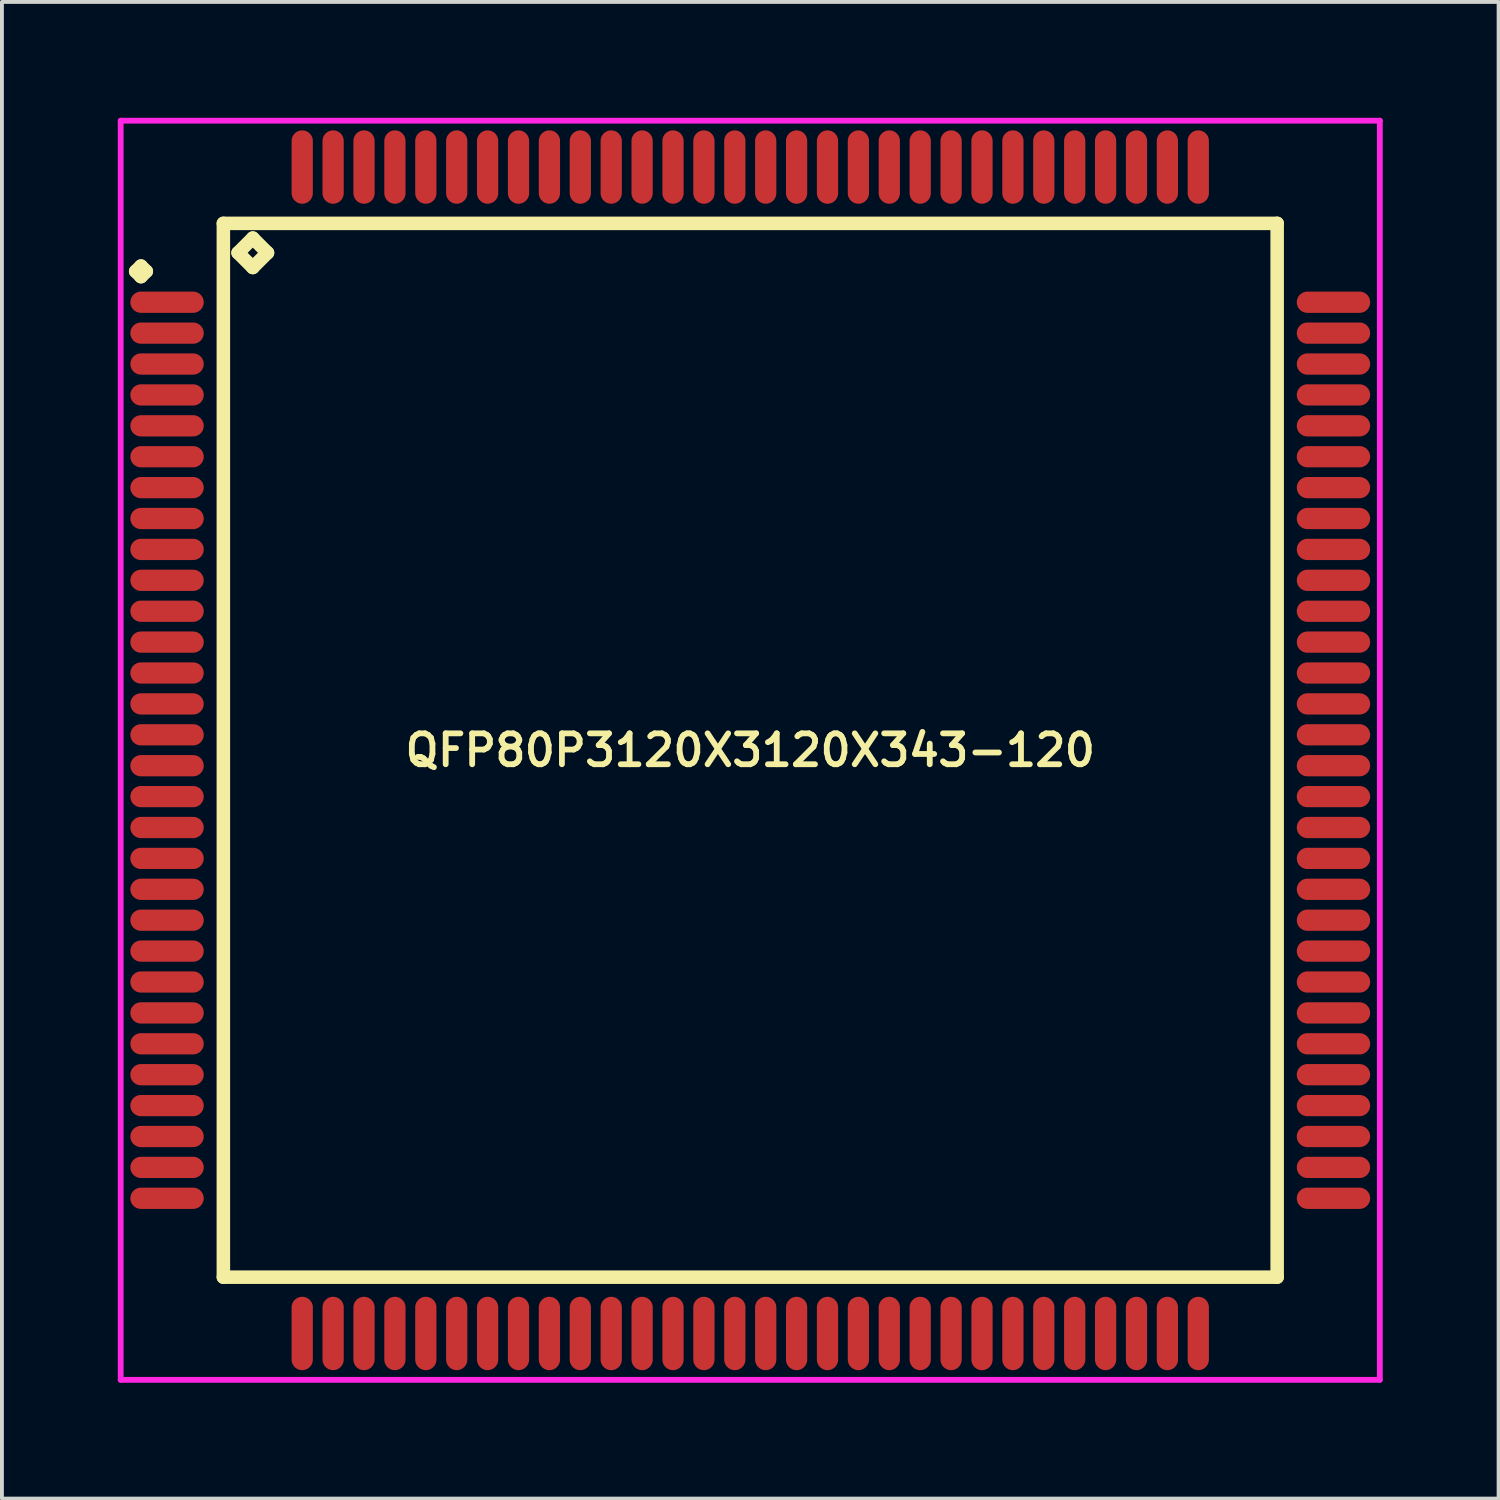
<source format=kicad_pcb>
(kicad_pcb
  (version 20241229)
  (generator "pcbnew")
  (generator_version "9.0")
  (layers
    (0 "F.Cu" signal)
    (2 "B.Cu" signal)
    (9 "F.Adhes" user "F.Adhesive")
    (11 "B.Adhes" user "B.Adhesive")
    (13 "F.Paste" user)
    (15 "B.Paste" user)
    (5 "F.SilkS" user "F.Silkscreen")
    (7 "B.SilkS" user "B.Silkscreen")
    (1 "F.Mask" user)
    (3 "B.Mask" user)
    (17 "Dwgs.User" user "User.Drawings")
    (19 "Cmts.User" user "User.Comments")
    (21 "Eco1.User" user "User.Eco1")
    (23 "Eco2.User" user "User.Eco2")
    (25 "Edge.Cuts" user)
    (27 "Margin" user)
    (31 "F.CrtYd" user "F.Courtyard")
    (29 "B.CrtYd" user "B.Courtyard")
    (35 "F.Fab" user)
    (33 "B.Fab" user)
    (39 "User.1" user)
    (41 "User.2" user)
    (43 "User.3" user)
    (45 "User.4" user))
  (footprint "QFP80P3120X3120X343-120"
    (layer "F.Cu")
    (at 16.375 16.375)
    (property "Reference" "QFP80P3120X3120X343-120" (at 0 0 0) (layer "F.SilkS") (effects (font (size 0.8 0.8) (thickness 0.15))))
    (attr through_hole)
    (fp_line (start -15.912 -12.4) (end -15.775 -12.537) (stroke (width 0.35) (type solid)) (layer "F.SilkS"))
    (fp_line (start -15.775 -12.537) (end -15.637 -12.4) (stroke (width 0.35) (type solid)) (layer "F.SilkS"))
    (fp_line (start -15.775 -12.262) (end -15.912 -12.4) (stroke (width 0.35) (type solid)) (layer "F.SilkS"))
    (fp_line (start -15.637 -12.4) (end -15.775 -12.262) (stroke (width 0.35) (type solid)) (layer "F.SilkS"))
    (fp_line (start -13.642 -13.642) (end -13.642 13.642) (stroke (width 0.35) (type solid)) (layer "F.SilkS"))
    (fp_line (start -13.642 13.642) (end 13.642 13.642) (stroke (width 0.35) (type solid)) (layer "F.SilkS"))
    (fp_line (start -13.261 -12.88) (end -12.88 -13.261) (stroke (width 0.35) (type solid)) (layer "F.SilkS"))
    (fp_line (start -12.88 -13.261) (end -12.499 -12.88) (stroke (width 0.35) (type solid)) (layer "F.SilkS"))
    (fp_line (start -12.88 -12.499) (end -13.261 -12.88) (stroke (width 0.35) (type solid)) (layer "F.SilkS"))
    (fp_line (start -12.499 -12.88) (end -12.88 -12.499) (stroke (width 0.35) (type solid)) (layer "F.SilkS"))
    (fp_line (start 13.642 -13.642) (end -13.642 -13.642) (stroke (width 0.35) (type solid)) (layer "F.SilkS"))
    (fp_line (start 13.642 13.642) (end 13.642 -13.642) (stroke (width 0.35) (type solid)) (layer "F.SilkS"))
    (fp_line (start -16.3 -16.3) (end 16.3 -16.3) (stroke (width 0.15) (type solid)) (layer "F.CrtYd"))
    (fp_line (start -16.3 16.3) (end -16.3 -16.3) (stroke (width 0.15) (type solid)) (layer "F.CrtYd"))
    (fp_line (start 16.3 -16.3) (end 16.3 16.3) (stroke (width 0.15) (type solid)) (layer "F.CrtYd"))
    (fp_line (start 16.3 16.3) (end -16.3 16.3) (stroke (width 0.15) (type solid)) (layer "F.CrtYd"))
    (pad "1" smd oval (at -15.1 -11.6) (size 1.9 0.55) (layers "F.Cu" "F.Mask" "F.Paste"))
    (pad "2" smd oval (at -15.1 -10.8) (size 1.9 0.55) (layers "F.Cu" "F.Mask" "F.Paste"))
    (pad "3" smd oval (at -15.1 -10) (size 1.9 0.55) (layers "F.Cu" "F.Mask" "F.Paste"))
    (pad "4" smd oval (at -15.1 -9.2) (size 1.9 0.55) (layers "F.Cu" "F.Mask" "F.Paste"))
    (pad "5" smd oval (at -15.1 -8.4) (size 1.9 0.55) (layers "F.Cu" "F.Mask" "F.Paste"))
    (pad "6" smd oval (at -15.1 -7.6) (size 1.9 0.55) (layers "F.Cu" "F.Mask" "F.Paste"))
    (pad "7" smd oval (at -15.1 -6.8) (size 1.9 0.55) (layers "F.Cu" "F.Mask" "F.Paste"))
    (pad "8" smd oval (at -15.1 -6) (size 1.9 0.55) (layers "F.Cu" "F.Mask" "F.Paste"))
    (pad "9" smd oval (at -15.1 -5.2) (size 1.9 0.55) (layers "F.Cu" "F.Mask" "F.Paste"))
    (pad "10" smd oval (at -15.1 -4.4) (size 1.9 0.55) (layers "F.Cu" "F.Mask" "F.Paste"))
    (pad "11" smd oval (at -15.1 -3.6) (size 1.9 0.55) (layers "F.Cu" "F.Mask" "F.Paste"))
    (pad "12" smd oval (at -15.1 -2.8) (size 1.9 0.55) (layers "F.Cu" "F.Mask" "F.Paste"))
    (pad "13" smd oval (at -15.1 -2) (size 1.9 0.55) (layers "F.Cu" "F.Mask" "F.Paste"))
    (pad "14" smd oval (at -15.1 -1.2) (size 1.9 0.55) (layers "F.Cu" "F.Mask" "F.Paste"))
    (pad "15" smd oval (at -15.1 -0.4) (size 1.9 0.55) (layers "F.Cu" "F.Mask" "F.Paste"))
    (pad "16" smd oval (at -15.1 0.4) (size 1.9 0.55) (layers "F.Cu" "F.Mask" "F.Paste"))
    (pad "17" smd oval (at -15.1 1.2) (size 1.9 0.55) (layers "F.Cu" "F.Mask" "F.Paste"))
    (pad "18" smd oval (at -15.1 2) (size 1.9 0.55) (layers "F.Cu" "F.Mask" "F.Paste"))
    (pad "19" smd oval (at -15.1 2.8) (size 1.9 0.55) (layers "F.Cu" "F.Mask" "F.Paste"))
    (pad "20" smd oval (at -15.1 3.6) (size 1.9 0.55) (layers "F.Cu" "F.Mask" "F.Paste"))
    (pad "21" smd oval (at -15.1 4.4) (size 1.9 0.55) (layers "F.Cu" "F.Mask" "F.Paste"))
    (pad "22" smd oval (at -15.1 5.2) (size 1.9 0.55) (layers "F.Cu" "F.Mask" "F.Paste"))
    (pad "23" smd oval (at -15.1 6) (size 1.9 0.55) (layers "F.Cu" "F.Mask" "F.Paste"))
    (pad "24" smd oval (at -15.1 6.8) (size 1.9 0.55) (layers "F.Cu" "F.Mask" "F.Paste"))
    (pad "25" smd oval (at -15.1 7.6) (size 1.9 0.55) (layers "F.Cu" "F.Mask" "F.Paste"))
    (pad "26" smd oval (at -15.1 8.4) (size 1.9 0.55) (layers "F.Cu" "F.Mask" "F.Paste"))
    (pad "27" smd oval (at -15.1 9.2) (size 1.9 0.55) (layers "F.Cu" "F.Mask" "F.Paste"))
    (pad "28" smd oval (at -15.1 10) (size 1.9 0.55) (layers "F.Cu" "F.Mask" "F.Paste"))
    (pad "29" smd oval (at -15.1 10.8) (size 1.9 0.55) (layers "F.Cu" "F.Mask" "F.Paste"))
    (pad "30" smd oval (at -15.1 11.6) (size 1.9 0.55) (layers "F.Cu" "F.Mask" "F.Paste"))
    (pad "31" smd oval (at -11.6 15.1) (size 0.55 1.9) (layers "F.Cu" "F.Mask" "F.Paste"))
    (pad "32" smd oval (at -10.8 15.1) (size 0.55 1.9) (layers "F.Cu" "F.Mask" "F.Paste"))
    (pad "33" smd oval (at -10 15.1) (size 0.55 1.9) (layers "F.Cu" "F.Mask" "F.Paste"))
    (pad "34" smd oval (at -9.2 15.1) (size 0.55 1.9) (layers "F.Cu" "F.Mask" "F.Paste"))
    (pad "35" smd oval (at -8.4 15.1) (size 0.55 1.9) (layers "F.Cu" "F.Mask" "F.Paste"))
    (pad "36" smd oval (at -7.6 15.1) (size 0.55 1.9) (layers "F.Cu" "F.Mask" "F.Paste"))
    (pad "37" smd oval (at -6.8 15.1) (size 0.55 1.9) (layers "F.Cu" "F.Mask" "F.Paste"))
    (pad "38" smd oval (at -6 15.1) (size 0.55 1.9) (layers "F.Cu" "F.Mask" "F.Paste"))
    (pad "39" smd oval (at -5.2 15.1) (size 0.55 1.9) (layers "F.Cu" "F.Mask" "F.Paste"))
    (pad "40" smd oval (at -4.4 15.1) (size 0.55 1.9) (layers "F.Cu" "F.Mask" "F.Paste"))
    (pad "41" smd oval (at -3.6 15.1) (size 0.55 1.9) (layers "F.Cu" "F.Mask" "F.Paste"))
    (pad "42" smd oval (at -2.8 15.1) (size 0.55 1.9) (layers "F.Cu" "F.Mask" "F.Paste"))
    (pad "43" smd oval (at -2 15.1) (size 0.55 1.9) (layers "F.Cu" "F.Mask" "F.Paste"))
    (pad "44" smd oval (at -1.2 15.1) (size 0.55 1.9) (layers "F.Cu" "F.Mask" "F.Paste"))
    (pad "45" smd oval (at -0.4 15.1) (size 0.55 1.9) (layers "F.Cu" "F.Mask" "F.Paste"))
    (pad "46" smd oval (at 0.4 15.1) (size 0.55 1.9) (layers "F.Cu" "F.Mask" "F.Paste"))
    (pad "47" smd oval (at 1.2 15.1) (size 0.55 1.9) (layers "F.Cu" "F.Mask" "F.Paste"))
    (pad "48" smd oval (at 2 15.1) (size 0.55 1.9) (layers "F.Cu" "F.Mask" "F.Paste"))
    (pad "49" smd oval (at 2.8 15.1) (size 0.55 1.9) (layers "F.Cu" "F.Mask" "F.Paste"))
    (pad "50" smd oval (at 3.6 15.1) (size 0.55 1.9) (layers "F.Cu" "F.Mask" "F.Paste"))
    (pad "51" smd oval (at 4.4 15.1) (size 0.55 1.9) (layers "F.Cu" "F.Mask" "F.Paste"))
    (pad "52" smd oval (at 5.2 15.1) (size 0.55 1.9) (layers "F.Cu" "F.Mask" "F.Paste"))
    (pad "53" smd oval (at 6 15.1) (size 0.55 1.9) (layers "F.Cu" "F.Mask" "F.Paste"))
    (pad "54" smd oval (at 6.8 15.1) (size 0.55 1.9) (layers "F.Cu" "F.Mask" "F.Paste"))
    (pad "55" smd oval (at 7.6 15.1) (size 0.55 1.9) (layers "F.Cu" "F.Mask" "F.Paste"))
    (pad "56" smd oval (at 8.4 15.1) (size 0.55 1.9) (layers "F.Cu" "F.Mask" "F.Paste"))
    (pad "57" smd oval (at 9.2 15.1) (size 0.55 1.9) (layers "F.Cu" "F.Mask" "F.Paste"))
    (pad "58" smd oval (at 10 15.1) (size 0.55 1.9) (layers "F.Cu" "F.Mask" "F.Paste"))
    (pad "59" smd oval (at 10.8 15.1) (size 0.55 1.9) (layers "F.Cu" "F.Mask" "F.Paste"))
    (pad "60" smd oval (at 11.6 15.1) (size 0.55 1.9) (layers "F.Cu" "F.Mask" "F.Paste"))
    (pad "61" smd oval (at 15.1 11.6) (size 1.9 0.55) (layers "F.Cu" "F.Mask" "F.Paste"))
    (pad "62" smd oval (at 15.1 10.8) (size 1.9 0.55) (layers "F.Cu" "F.Mask" "F.Paste"))
    (pad "63" smd oval (at 15.1 10) (size 1.9 0.55) (layers "F.Cu" "F.Mask" "F.Paste"))
    (pad "64" smd oval (at 15.1 9.2) (size 1.9 0.55) (layers "F.Cu" "F.Mask" "F.Paste"))
    (pad "65" smd oval (at 15.1 8.4) (size 1.9 0.55) (layers "F.Cu" "F.Mask" "F.Paste"))
    (pad "66" smd oval (at 15.1 7.6) (size 1.9 0.55) (layers "F.Cu" "F.Mask" "F.Paste"))
    (pad "67" smd oval (at 15.1 6.8) (size 1.9 0.55) (layers "F.Cu" "F.Mask" "F.Paste"))
    (pad "68" smd oval (at 15.1 6) (size 1.9 0.55) (layers "F.Cu" "F.Mask" "F.Paste"))
    (pad "69" smd oval (at 15.1 5.2) (size 1.9 0.55) (layers "F.Cu" "F.Mask" "F.Paste"))
    (pad "70" smd oval (at 15.1 4.4) (size 1.9 0.55) (layers "F.Cu" "F.Mask" "F.Paste"))
    (pad "71" smd oval (at 15.1 3.6) (size 1.9 0.55) (layers "F.Cu" "F.Mask" "F.Paste"))
    (pad "72" smd oval (at 15.1 2.8) (size 1.9 0.55) (layers "F.Cu" "F.Mask" "F.Paste"))
    (pad "73" smd oval (at 15.1 2) (size 1.9 0.55) (layers "F.Cu" "F.Mask" "F.Paste"))
    (pad "74" smd oval (at 15.1 1.2) (size 1.9 0.55) (layers "F.Cu" "F.Mask" "F.Paste"))
    (pad "75" smd oval (at 15.1 0.4) (size 1.9 0.55) (layers "F.Cu" "F.Mask" "F.Paste"))
    (pad "76" smd oval (at 15.1 -0.4) (size 1.9 0.55) (layers "F.Cu" "F.Mask" "F.Paste"))
    (pad "77" smd oval (at 15.1 -1.2) (size 1.9 0.55) (layers "F.Cu" "F.Mask" "F.Paste"))
    (pad "78" smd oval (at 15.1 -2) (size 1.9 0.55) (layers "F.Cu" "F.Mask" "F.Paste"))
    (pad "79" smd oval (at 15.1 -2.8) (size 1.9 0.55) (layers "F.Cu" "F.Mask" "F.Paste"))
    (pad "80" smd oval (at 15.1 -3.6) (size 1.9 0.55) (layers "F.Cu" "F.Mask" "F.Paste"))
    (pad "81" smd oval (at 15.1 -4.4) (size 1.9 0.55) (layers "F.Cu" "F.Mask" "F.Paste"))
    (pad "82" smd oval (at 15.1 -5.2) (size 1.9 0.55) (layers "F.Cu" "F.Mask" "F.Paste"))
    (pad "83" smd oval (at 15.1 -6) (size 1.9 0.55) (layers "F.Cu" "F.Mask" "F.Paste"))
    (pad "84" smd oval (at 15.1 -6.8) (size 1.9 0.55) (layers "F.Cu" "F.Mask" "F.Paste"))
    (pad "85" smd oval (at 15.1 -7.6) (size 1.9 0.55) (layers "F.Cu" "F.Mask" "F.Paste"))
    (pad "86" smd oval (at 15.1 -8.4) (size 1.9 0.55) (layers "F.Cu" "F.Mask" "F.Paste"))
    (pad "87" smd oval (at 15.1 -9.2) (size 1.9 0.55) (layers "F.Cu" "F.Mask" "F.Paste"))
    (pad "88" smd oval (at 15.1 -10) (size 1.9 0.55) (layers "F.Cu" "F.Mask" "F.Paste"))
    (pad "89" smd oval (at 15.1 -10.8) (size 1.9 0.55) (layers "F.Cu" "F.Mask" "F.Paste"))
    (pad "90" smd oval (at 15.1 -11.6) (size 1.9 0.55) (layers "F.Cu" "F.Mask" "F.Paste"))
    (pad "91" smd oval (at 11.6 -15.1) (size 0.55 1.9) (layers "F.Cu" "F.Mask" "F.Paste"))
    (pad "92" smd oval (at 10.8 -15.1) (size 0.55 1.9) (layers "F.Cu" "F.Mask" "F.Paste"))
    (pad "93" smd oval (at 10 -15.1) (size 0.55 1.9) (layers "F.Cu" "F.Mask" "F.Paste"))
    (pad "94" smd oval (at 9.2 -15.1) (size 0.55 1.9) (layers "F.Cu" "F.Mask" "F.Paste"))
    (pad "95" smd oval (at 8.4 -15.1) (size 0.55 1.9) (layers "F.Cu" "F.Mask" "F.Paste"))
    (pad "96" smd oval (at 7.6 -15.1) (size 0.55 1.9) (layers "F.Cu" "F.Mask" "F.Paste"))
    (pad "97" smd oval (at 6.8 -15.1) (size 0.55 1.9) (layers "F.Cu" "F.Mask" "F.Paste"))
    (pad "98" smd oval (at 6 -15.1) (size 0.55 1.9) (layers "F.Cu" "F.Mask" "F.Paste"))
    (pad "99" smd oval (at 5.2 -15.1) (size 0.55 1.9) (layers "F.Cu" "F.Mask" "F.Paste"))
    (pad "100" smd oval (at 4.4 -15.1) (size 0.55 1.9) (layers "F.Cu" "F.Mask" "F.Paste"))
    (pad "101" smd oval (at 3.6 -15.1) (size 0.55 1.9) (layers "F.Cu" "F.Mask" "F.Paste"))
    (pad "102" smd oval (at 2.8 -15.1) (size 0.55 1.9) (layers "F.Cu" "F.Mask" "F.Paste"))
    (pad "103" smd oval (at 2 -15.1) (size 0.55 1.9) (layers "F.Cu" "F.Mask" "F.Paste"))
    (pad "104" smd oval (at 1.2 -15.1) (size 0.55 1.9) (layers "F.Cu" "F.Mask" "F.Paste"))
    (pad "105" smd oval (at 0.4 -15.1) (size 0.55 1.9) (layers "F.Cu" "F.Mask" "F.Paste"))
    (pad "106" smd oval (at -0.4 -15.1) (size 0.55 1.9) (layers "F.Cu" "F.Mask" "F.Paste"))
    (pad "107" smd oval (at -1.2 -15.1) (size 0.55 1.9) (layers "F.Cu" "F.Mask" "F.Paste"))
    (pad "108" smd oval (at -2 -15.1) (size 0.55 1.9) (layers "F.Cu" "F.Mask" "F.Paste"))
    (pad "109" smd oval (at -2.8 -15.1) (size 0.55 1.9) (layers "F.Cu" "F.Mask" "F.Paste"))
    (pad "110" smd oval (at -3.6 -15.1) (size 0.55 1.9) (layers "F.Cu" "F.Mask" "F.Paste"))
    (pad "111" smd oval (at -4.4 -15.1) (size 0.55 1.9) (layers "F.Cu" "F.Mask" "F.Paste"))
    (pad "112" smd oval (at -5.2 -15.1) (size 0.55 1.9) (layers "F.Cu" "F.Mask" "F.Paste"))
    (pad "113" smd oval (at -6 -15.1) (size 0.55 1.9) (layers "F.Cu" "F.Mask" "F.Paste"))
    (pad "114" smd oval (at -6.8 -15.1) (size 0.55 1.9) (layers "F.Cu" "F.Mask" "F.Paste"))
    (pad "115" smd oval (at -7.6 -15.1) (size 0.55 1.9) (layers "F.Cu" "F.Mask" "F.Paste"))
    (pad "116" smd oval (at -8.4 -15.1) (size 0.55 1.9) (layers "F.Cu" "F.Mask" "F.Paste"))
    (pad "117" smd oval (at -9.2 -15.1) (size 0.55 1.9) (layers "F.Cu" "F.Mask" "F.Paste"))
    (pad "118" smd oval (at -10 -15.1) (size 0.55 1.9) (layers "F.Cu" "F.Mask" "F.Paste"))
    (pad "119" smd oval (at -10.8 -15.1) (size 0.55 1.9) (layers "F.Cu" "F.Mask" "F.Paste"))
    (pad "120" smd oval (at -11.6 -15.1) (size 0.55 1.9) (layers "F.Cu" "F.Mask" "F.Paste")))
  (gr_rect
    (start -3 -3)
    (end 35.75 35.75)
    (stroke (width 0.1) (type default))
    (fill no)
    (layer "Edge.Cuts")))
</source>
